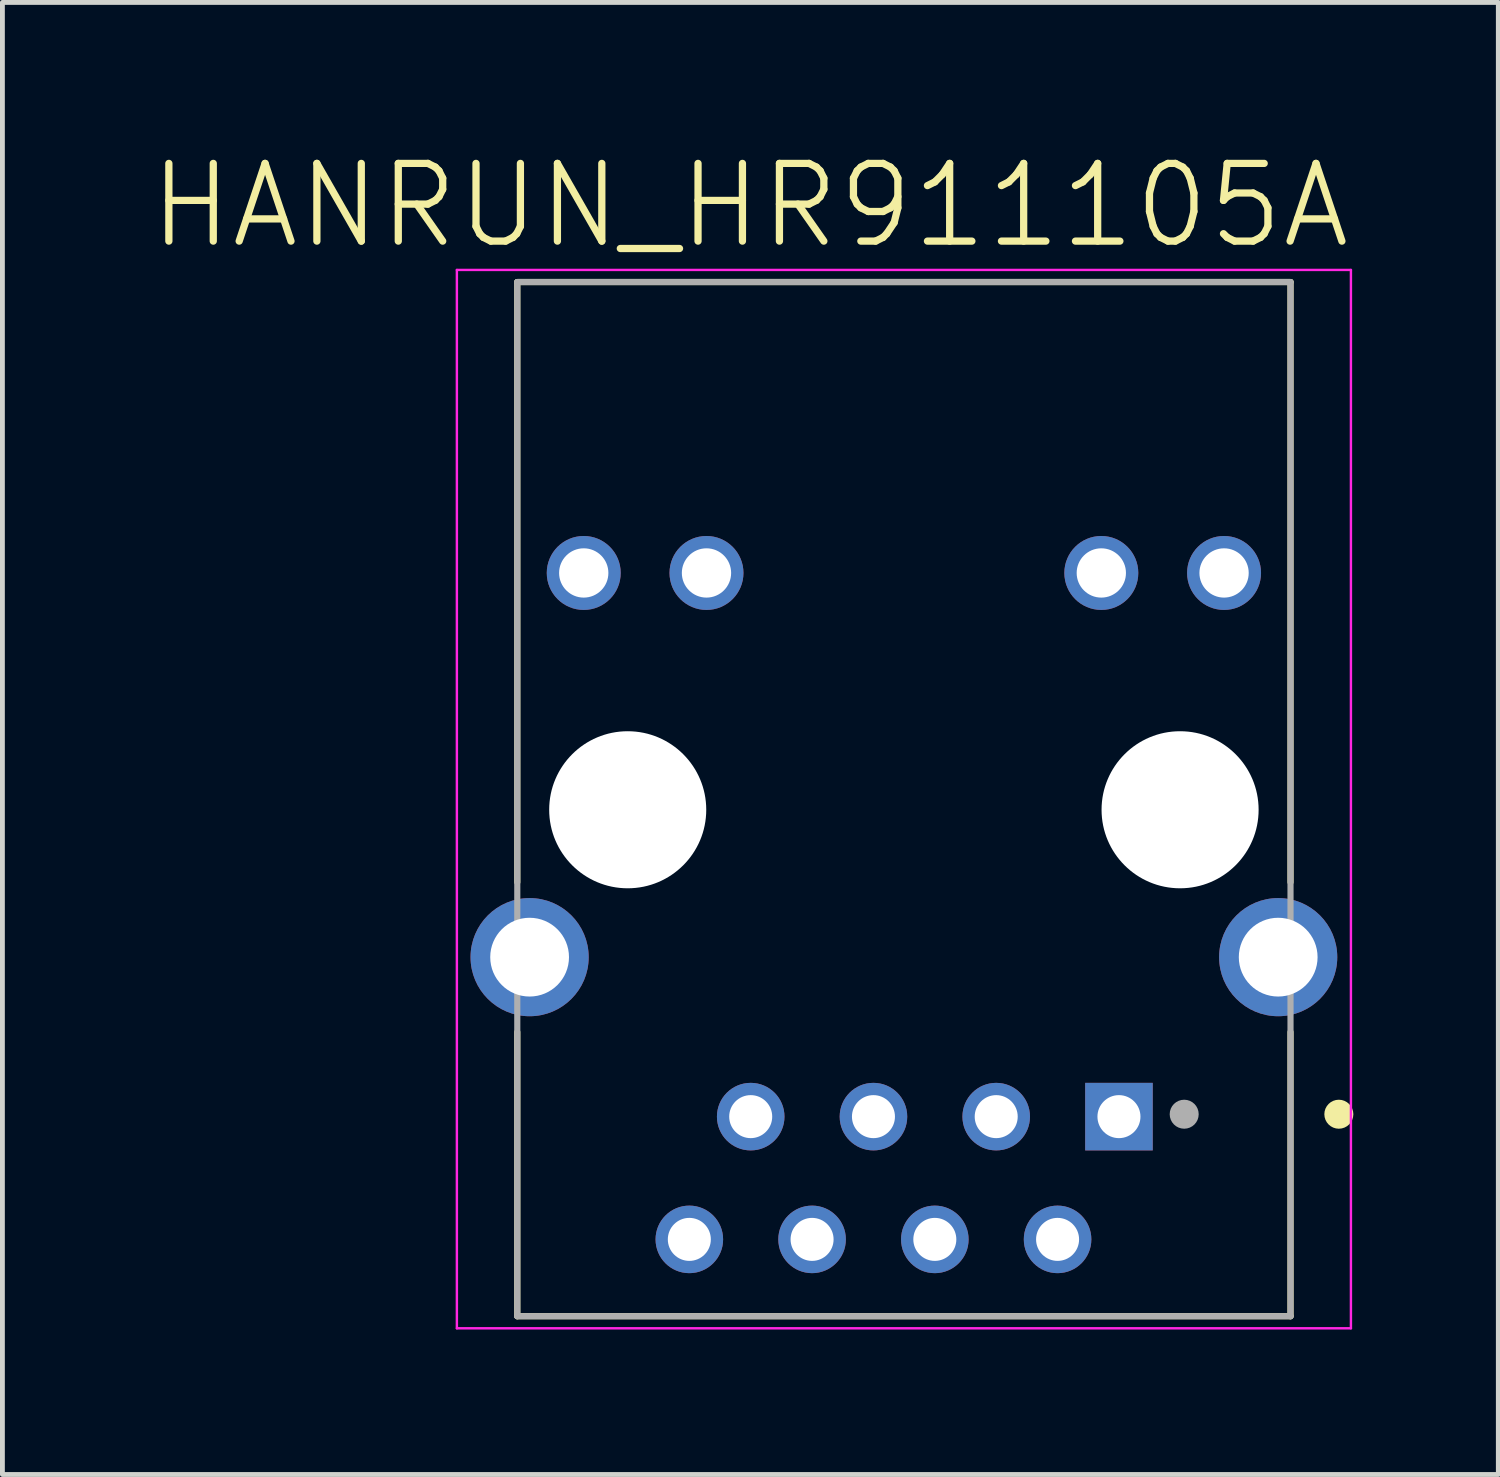
<source format=kicad_pcb>
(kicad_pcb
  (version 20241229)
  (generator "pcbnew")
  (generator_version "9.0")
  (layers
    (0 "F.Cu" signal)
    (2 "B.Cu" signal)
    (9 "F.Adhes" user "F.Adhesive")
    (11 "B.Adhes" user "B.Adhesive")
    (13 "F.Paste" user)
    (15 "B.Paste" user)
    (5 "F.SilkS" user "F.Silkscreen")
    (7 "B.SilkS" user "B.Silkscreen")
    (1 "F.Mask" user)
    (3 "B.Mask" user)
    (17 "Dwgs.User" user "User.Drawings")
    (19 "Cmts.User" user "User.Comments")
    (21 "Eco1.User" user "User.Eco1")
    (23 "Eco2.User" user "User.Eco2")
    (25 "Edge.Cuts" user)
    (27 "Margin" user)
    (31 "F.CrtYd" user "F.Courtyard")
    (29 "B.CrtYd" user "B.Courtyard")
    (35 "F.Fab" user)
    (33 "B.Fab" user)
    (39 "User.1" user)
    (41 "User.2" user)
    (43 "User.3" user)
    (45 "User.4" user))
  (footprint "HANRUN_HR911105A"
    (layer "F.Cu")
    (at 15.654 13.706)
    (property "Reference" "HANRUN_HR911105A" (at -3.188 -12.503 0) (layer "F.SilkS") (effects (font (size 1.608 1.608) (thickness 0.15))))
    (attr through_hole)
    (fp_line (start -8 -10.92) (end -8 1.5) (stroke (width 0.127) (type solid)) (layer "F.SilkS"))
    (fp_line (start -8 4.6) (end -8 10.48) (stroke (width 0.127) (type solid)) (layer "F.SilkS"))
    (fp_line (start 8 -10.92) (end -8 -10.92) (stroke (width 0.127) (type solid)) (layer "F.SilkS"))
    (fp_line (start 8 -10.92) (end 8 1.5) (stroke (width 0.127) (type solid)) (layer "F.SilkS"))
    (fp_line (start 8 4.6) (end 8 10.48) (stroke (width 0.127) (type solid)) (layer "F.SilkS"))
    (fp_line (start 8 10.48) (end -8 10.48) (stroke (width 0.127) (type solid)) (layer "F.SilkS"))
    (fp_circle (center 9 6.3) (end 9.15 6.3) (stroke (width 0.3) (type solid)) (fill no) (layer "F.SilkS"))
    (fp_line (start -9.25 -11.17) (end -9.25 10.73) (stroke (width 0.05) (type solid)) (layer "F.CrtYd"))
    (fp_line (start -9.25 10.73) (end 9.25 10.73) (stroke (width 0.05) (type solid)) (layer "F.CrtYd"))
    (fp_line (start 9.25 -11.17) (end -9.25 -11.17) (stroke (width 0.05) (type solid)) (layer "F.CrtYd"))
    (fp_line (start 9.25 10.73) (end 9.25 -11.17) (stroke (width 0.05) (type solid)) (layer "F.CrtYd"))
    (fp_line (start -8 -10.92) (end -8 10.48) (stroke (width 0.127) (type solid)) (layer "F.Fab"))
    (fp_line (start -8 10.48) (end 8 10.48) (stroke (width 0.127) (type solid)) (layer "F.Fab"))
    (fp_line (start 8 -10.92) (end -8 -10.92) (stroke (width 0.127) (type solid)) (layer "F.Fab"))
    (fp_line (start 8 10.48) (end 8 -10.92) (stroke (width 0.127) (type solid)) (layer "F.Fab"))
    (fp_circle (center 5.8 6.3) (end 5.95 6.3) (stroke (width 0.3) (type solid)) (fill no) (layer "F.Fab"))
    (pad "" np_thru_hole circle (at -5.715 0) (size 3.25 3.25) (drill 3.25) (layers "*.Cu" "*.Mask"))
    (pad "" np_thru_hole circle (at 5.715 0) (size 3.25 3.25) (drill 3.25) (layers "*.Cu" "*.Mask"))
    (pad "1" thru_hole rect (at 4.45 6.35) (size 1.398 1.398) (drill 0.89) (layers "*.Cu" "*.Mask"))
    (pad "2" thru_hole circle (at 3.18 8.89) (size 1.398 1.398) (drill 0.89) (layers "*.Cu" "*.Mask"))
    (pad "3" thru_hole circle (at 1.91 6.35) (size 1.398 1.398) (drill 0.89) (layers "*.Cu" "*.Mask"))
    (pad "4" thru_hole circle (at 0.64 8.89) (size 1.398 1.398) (drill 0.89) (layers "*.Cu" "*.Mask"))
    (pad "5" thru_hole circle (at -0.63 6.35) (size 1.398 1.398) (drill 0.89) (layers "*.Cu" "*.Mask"))
    (pad "6" thru_hole circle (at -1.9 8.89) (size 1.398 1.398) (drill 0.89) (layers "*.Cu" "*.Mask"))
    (pad "7" thru_hole circle (at -3.17 6.35) (size 1.398 1.398) (drill 0.89) (layers "*.Cu" "*.Mask"))
    (pad "8" thru_hole circle (at -4.44 8.89) (size 1.398 1.398) (drill 0.89) (layers "*.Cu" "*.Mask"))
    (pad "9" thru_hole circle (at 6.625 -4.9) (size 1.53 1.53) (drill 1.02) (layers "*.Cu" "*.Mask"))
    (pad "10" thru_hole circle (at 4.085 -4.9) (size 1.53 1.53) (drill 1.02) (layers "*.Cu" "*.Mask"))
    (pad "11" thru_hole circle (at -4.085 -4.9) (size 1.53 1.53) (drill 1.02) (layers "*.Cu" "*.Mask"))
    (pad "12" thru_hole circle (at -6.625 -4.9) (size 1.53 1.53) (drill 1.02) (layers "*.Cu" "*.Mask"))
    (pad "15" thru_hole circle (at 7.745 3.05) (size 2.445 2.445) (drill 1.63) (layers "*.Cu" "*.Mask"))
    (pad "16" thru_hole circle (at -7.745 3.05) (size 2.445 2.445) (drill 1.63) (layers "*.Cu" "*.Mask")))
  (gr_rect
    (start -3 -3)
    (end 27.954 27.461)
    (stroke (width 0.1) (type default))
    (fill no)
    (layer "Edge.Cuts")))
</source>
